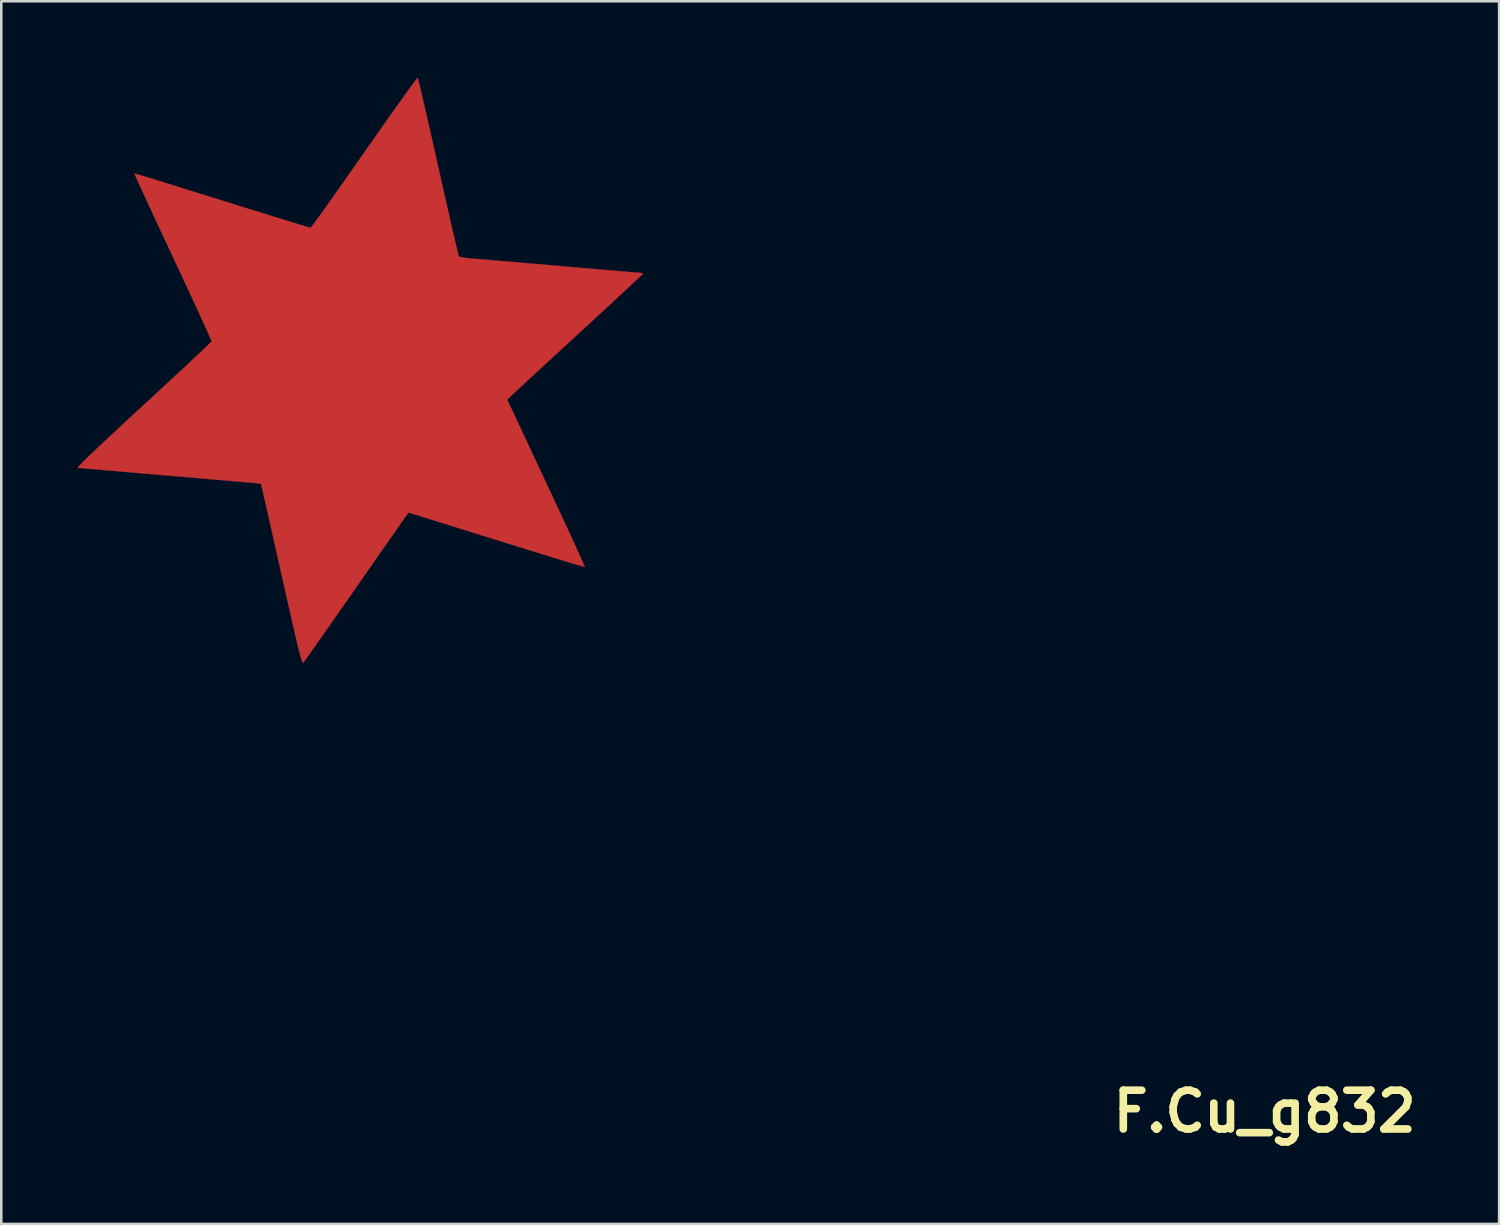
<source format=kicad_pcb>
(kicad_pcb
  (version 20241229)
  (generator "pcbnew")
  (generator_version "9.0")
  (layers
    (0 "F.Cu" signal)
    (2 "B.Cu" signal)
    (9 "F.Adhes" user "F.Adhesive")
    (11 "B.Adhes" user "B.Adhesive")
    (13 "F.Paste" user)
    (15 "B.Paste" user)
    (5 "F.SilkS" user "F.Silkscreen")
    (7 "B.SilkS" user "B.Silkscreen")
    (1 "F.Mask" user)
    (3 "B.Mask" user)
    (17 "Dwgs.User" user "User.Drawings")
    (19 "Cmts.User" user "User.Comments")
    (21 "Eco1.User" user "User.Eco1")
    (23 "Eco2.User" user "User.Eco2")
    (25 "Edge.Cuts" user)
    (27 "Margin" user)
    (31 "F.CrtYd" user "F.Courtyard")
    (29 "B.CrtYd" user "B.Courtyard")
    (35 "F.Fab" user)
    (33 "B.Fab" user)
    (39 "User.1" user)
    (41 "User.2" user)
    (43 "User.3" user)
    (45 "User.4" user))
  (footprint "F.Cu_g832"
    (layer "F.Cu")
    (at 46.631 40.613)
    (property "Reference" "F.Cu_g832" (at 0 0 0) (layer "F.SilkS") (effects (font (size 1.524 1.524) (thickness 0.3))))
    (attr through_hole)
    (fp_poly (pts (xy -33.258 -40.563) (xy -33.227 -40.441) (xy -33.181 -40.249) (xy -33.121 -39.993) (xy -33.048 -39.678) (xy -32.964 -39.312) (xy -32.87 -38.899) (xy -32.767 -38.447) (xy -32.657 -37.961) (xy -32.542 -37.448) (xy -32.47 -37.126) (xy -32.351 -36.598) (xy -32.238 -36.094) (xy -32.13 -35.618) (xy -32.03 -35.178) (xy -31.939 -34.78) (xy -31.858 -34.429) (xy -31.79 -34.133) (xy -31.734 -33.897) (xy -31.694 -33.728) (xy -31.669 -33.631) (xy -31.663 -33.61) (xy -31.63 -33.582) (xy -31.557 -33.558) (xy -31.432 -33.536) (xy -31.244 -33.515) (xy -31.001 -33.494) (xy -30.852 -33.482) (xy -30.626 -33.463) (xy -30.334 -33.439) (xy -29.984 -33.409) (xy -29.584 -33.375) (xy -29.145 -33.337) (xy -28.674 -33.297) (xy -28.181 -33.254) (xy -27.674 -33.211) (xy -27.432 -33.19) (xy -26.941 -33.148) (xy -26.475 -33.107) (xy -26.04 -33.07) (xy -25.644 -33.036) (xy -25.293 -33.006) (xy -24.994 -32.981) (xy -24.754 -32.96) (xy -24.58 -32.946) (xy -24.478 -32.937) (xy -24.455 -32.936) (xy -24.431 -32.907) (xy -24.433 -32.9) (xy -24.466 -32.867) (xy -24.556 -32.78) (xy -24.7 -32.645) (xy -24.891 -32.466) (xy -25.126 -32.247) (xy -25.401 -31.992) (xy -25.709 -31.706) (xy -26.047 -31.394) (xy -26.41 -31.058) (xy -26.794 -30.705) (xy -26.966 -30.546) (xy -27.36 -30.183) (xy -27.739 -29.834) (xy -28.097 -29.504) (xy -28.429 -29.198) (xy -28.731 -28.919) (xy -28.997 -28.673) (xy -29.223 -28.464) (xy -29.403 -28.297) (xy -29.533 -28.176) (xy -29.607 -28.106) (xy -29.62 -28.094) (xy -29.755 -27.961) (xy -28.218 -24.68) (xy -27.986 -24.186) (xy -27.766 -23.714) (xy -27.56 -23.27) (xy -27.37 -22.86) (xy -27.199 -22.488) (xy -27.049 -22.161) (xy -26.923 -21.884) (xy -26.824 -21.663) (xy -26.754 -21.504) (xy -26.715 -21.411) (xy -26.709 -21.388) (xy -26.752 -21.399) (xy -26.871 -21.433) (xy -27.059 -21.489) (xy -27.31 -21.565) (xy -27.617 -21.658) (xy -27.976 -21.768) (xy -28.381 -21.893) (xy -28.824 -22.03) (xy -29.301 -22.178) (xy -29.806 -22.335) (xy -30.183 -22.452) (xy -33.629 -23.528) (xy -33.699 -23.437) (xy -33.733 -23.389) (xy -33.812 -23.277) (xy -33.932 -23.106) (xy -34.089 -22.881) (xy -34.279 -22.609) (xy -34.499 -22.295) (xy -34.745 -21.943) (xy -35.012 -21.559) (xy -35.298 -21.149) (xy -35.598 -20.718) (xy -35.728 -20.532) (xy -36.033 -20.094) (xy -36.325 -19.675) (xy -36.601 -19.281) (xy -36.856 -18.916) (xy -37.087 -18.587) (xy -37.291 -18.297) (xy -37.462 -18.054) (xy -37.598 -17.862) (xy -37.695 -17.727) (xy -37.749 -17.653) (xy -37.758 -17.642) (xy -37.771 -17.633) (xy -37.786 -17.636) (xy -37.802 -17.658) (xy -37.822 -17.702) (xy -37.847 -17.774) (xy -37.877 -17.879) (xy -37.915 -18.022) (xy -37.961 -18.208) (xy -38.017 -18.441) (xy -38.084 -18.728) (xy -38.164 -19.072) (xy -38.256 -19.479) (xy -38.364 -19.953) (xy -38.487 -20.5) (xy -38.625 -21.113) (xy -38.745 -21.647) (xy -38.859 -22.156) (xy -38.967 -22.635) (xy -39.067 -23.078) (xy -39.157 -23.479) (xy -39.237 -23.831) (xy -39.305 -24.129) (xy -39.359 -24.368) (xy -39.398 -24.54) (xy -39.421 -24.64) (xy -39.427 -24.664) (xy -39.469 -24.669) (xy -39.59 -24.68) (xy -39.782 -24.697) (xy -40.04 -24.719) (xy -40.358 -24.747) (xy -40.73 -24.779) (xy -41.148 -24.815) (xy -41.609 -24.854) (xy -42.104 -24.897) (xy -42.628 -24.941) (xy -42.989 -24.972) (xy -43.531 -25.018) (xy -44.05 -25.063) (xy -44.539 -25.104) (xy -44.992 -25.143) (xy -45.403 -25.178) (xy -45.765 -25.21) (xy -46.072 -25.236) (xy -46.318 -25.257) (xy -46.496 -25.273) (xy -46.601 -25.282) (xy -46.626 -25.285) (xy -46.617 -25.309) (xy -46.555 -25.38) (xy -46.441 -25.498) (xy -46.272 -25.665) (xy -46.047 -25.881) (xy -45.765 -26.148) (xy -45.425 -26.467) (xy -45.026 -26.839) (xy -44.566 -27.265) (xy -44.044 -27.747) (xy -44.043 -27.747) (xy -43.641 -28.117) (xy -43.258 -28.472) (xy -42.897 -28.807) (xy -42.563 -29.117) (xy -42.261 -29.398) (xy -41.995 -29.647) (xy -41.77 -29.859) (xy -41.591 -30.029) (xy -41.461 -30.153) (xy -41.386 -30.228) (xy -41.368 -30.248) (xy -41.384 -30.293) (xy -41.433 -30.409) (xy -41.513 -30.59) (xy -41.622 -30.831) (xy -41.756 -31.126) (xy -41.913 -31.469) (xy -42.09 -31.854) (xy -42.286 -32.277) (xy -42.497 -32.731) (xy -42.72 -33.21) (xy -42.887 -33.566) (xy -43.117 -34.059) (xy -43.337 -34.531) (xy -43.544 -34.974) (xy -43.734 -35.384) (xy -43.906 -35.754) (xy -44.056 -36.08) (xy -44.183 -36.356) (xy -44.283 -36.576) (xy -44.354 -36.734) (xy -44.394 -36.826) (xy -44.402 -36.847) (xy -44.359 -36.838) (xy -44.246 -36.806) (xy -44.07 -36.754) (xy -43.844 -36.685) (xy -43.574 -36.602) (xy -43.273 -36.509) (xy -43.074 -36.446) (xy -42.514 -36.27) (xy -41.955 -36.095) (xy -41.404 -35.923) (xy -40.865 -35.755) (xy -40.345 -35.593) (xy -39.85 -35.439) (xy -39.386 -35.295) (xy -38.958 -35.162) (xy -38.573 -35.043) (xy -38.236 -34.94) (xy -37.954 -34.854) (xy -37.732 -34.786) (xy -37.576 -34.74) (xy -37.492 -34.716) (xy -37.479 -34.713) (xy -37.449 -34.747) (xy -37.375 -34.846) (xy -37.259 -35.004) (xy -37.105 -35.216) (xy -36.918 -35.477) (xy -36.7 -35.783) (xy -36.456 -36.129) (xy -36.188 -36.508) (xy -35.901 -36.917) (xy -35.598 -37.349) (xy -35.369 -37.677) (xy -35.057 -38.123) (xy -34.758 -38.549) (xy -34.477 -38.948) (xy -34.216 -39.316) (xy -33.98 -39.648) (xy -33.771 -39.939) (xy -33.594 -40.184) (xy -33.452 -40.378) (xy -33.349 -40.516) (xy -33.287 -40.593) (xy -33.271 -40.608) (xy -33.258 -40.563)) (stroke (width 0.01) (type solid)) (fill yes) (layer "F.Cu")))
  (gr_rect
    (start -3 -3)
    (end 55.843 45.032)
    (stroke (width 0.1) (type default))
    (fill no)
    (layer "Edge.Cuts")))
</source>
